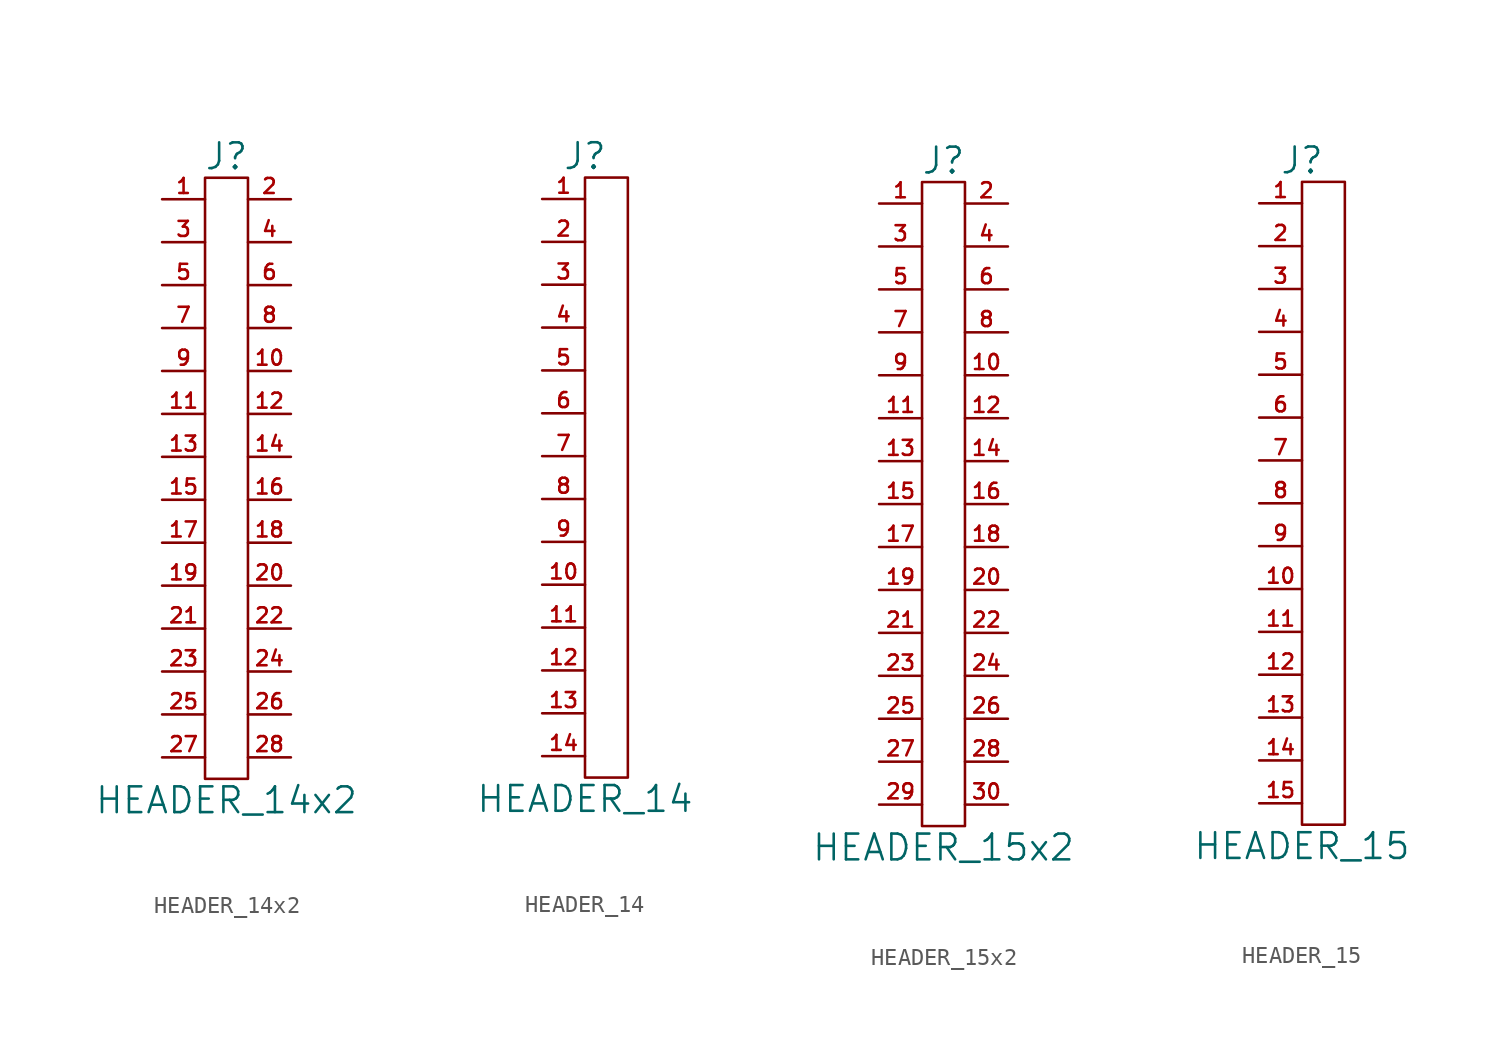
<source format=kicad_sym>
(kicad_symbol_lib
  (version 20220914)
  (generator kicad_symbol_editor)
  (symbol "HEADER_14x2"
    (pin_names
      (offset 0))
    (property "Reference" "J"
      (at 0 19.05 0)
      (effects (font (size 1.524 1.524))))
    (property "Value" "HEADER_14x2"
      (at 0 -19.05 0)
      (effects (font (size 1.524 1.524))))
    (property "Footprint" ""
      (at 0 -1.27 0)
      (effects (font (size 1.524 1.524))))
    (property "Datasheet" ""
      (at 0 0 0)
      (effects (font (size 1.524 1.524))))
    (symbol "HEADER_14x2_0_1"
      (rectangle (start -1.27 17.78) (end 1.27 -17.78) (stroke (width 0) (type solid)) (fill (type none))))
    (symbol "HEADER_14x2_1_1"
      (pin passive line (at -3.81 16.51 0) (length 2.54) (name "~" (effects (font (size 0.889 0.889)))) (number "1" (effects (font (size 0.889 0.889)))))
      (pin passive line (at 3.81 6.35 180) (length 2.54) (name "~" (effects (font (size 1.27 1.27)))) (number "10" (effects (font (size 0.889 0.889)))))
      (pin passive line (at -3.81 3.81 0) (length 2.54) (name "~" (effects (font (size 1.27 1.27)))) (number "11" (effects (font (size 0.889 0.889)))))
      (pin passive line (at 3.81 3.81 180) (length 2.54) (name "~" (effects (font (size 1.27 1.27)))) (number "12" (effects (font (size 0.889 0.889)))))
      (pin passive line (at -3.81 1.27 0) (length 2.54) (name "~" (effects (font (size 1.27 1.27)))) (number "13" (effects (font (size 0.889 0.889)))))
      (pin passive line (at 3.81 1.27 180) (length 2.54) (name "~" (effects (font (size 1.27 1.27)))) (number "14" (effects (font (size 0.889 0.889)))))
      (pin passive line (at -3.81 -1.27 0) (length 2.54) (name "~" (effects (font (size 1.27 1.27)))) (number "15" (effects (font (size 0.889 0.889)))))
      (pin passive line (at 3.81 -1.27 180) (length 2.54) (name "~" (effects (font (size 1.27 1.27)))) (number "16" (effects (font (size 0.889 0.889)))))
      (pin passive line (at -3.81 -3.81 0) (length 2.54) (name "~" (effects (font (size 1.27 1.27)))) (number "17" (effects (font (size 0.889 0.889)))))
      (pin passive line (at 3.81 -3.81 180) (length 2.54) (name "~" (effects (font (size 1.27 1.27)))) (number "18" (effects (font (size 0.889 0.889)))))
      (pin passive line (at -3.81 -6.35 0) (length 2.54) (name "~" (effects (font (size 1.27 1.27)))) (number "19" (effects (font (size 0.889 0.889)))))
      (pin passive line (at 3.81 16.51 180) (length 2.54) (name "~" (effects (font (size 1.27 1.27)))) (number "2" (effects (font (size 0.889 0.889)))))
      (pin passive line (at 3.81 -6.35 180) (length 2.54) (name "~" (effects (font (size 1.27 1.27)))) (number "20" (effects (font (size 0.889 0.889)))))
      (pin passive line (at -3.81 -8.89 0) (length 2.54) (name "~" (effects (font (size 1.27 1.27)))) (number "21" (effects (font (size 0.889 0.889)))))
      (pin passive line (at 3.81 -8.89 180) (length 2.54) (name "~" (effects (font (size 1.27 1.27)))) (number "22" (effects (font (size 0.889 0.889)))))
      (pin passive line (at -3.81 -11.43 0) (length 2.54) (name "~" (effects (font (size 1.27 1.27)))) (number "23" (effects (font (size 0.889 0.889)))))
      (pin passive line (at 3.81 -11.43 180) (length 2.54) (name "~" (effects (font (size 1.27 1.27)))) (number "24" (effects (font (size 0.889 0.889)))))
      (pin passive line (at -3.81 -13.97 0) (length 2.54) (name "~" (effects (font (size 1.27 1.27)))) (number "25" (effects (font (size 0.889 0.889)))))
      (pin passive line (at 3.81 -13.97 180) (length 2.54) (name "~" (effects (font (size 1.27 1.27)))) (number "26" (effects (font (size 0.889 0.889)))))
      (pin passive line (at -3.81 -16.51 0) (length 2.54) (name "~" (effects (font (size 1.27 1.27)))) (number "27" (effects (font (size 0.889 0.889)))))
      (pin passive line (at 3.81 -16.51 180) (length 2.54) (name "~" (effects (font (size 1.27 1.27)))) (number "28" (effects (font (size 0.889 0.889)))))
      (pin passive line (at -3.81 13.97 0) (length 2.54) (name "~" (effects (font (size 1.27 1.27)))) (number "3" (effects (font (size 0.889 0.889)))))
      (pin passive line (at 3.81 13.97 180) (length 2.54) (name "~" (effects (font (size 1.27 1.27)))) (number "4" (effects (font (size 0.889 0.889)))))
      (pin passive line (at -3.81 11.43 0) (length 2.54) (name "~" (effects (font (size 1.27 1.27)))) (number "5" (effects (font (size 0.889 0.889)))))
      (pin passive line (at 3.81 11.43 180) (length 2.54) (name "~" (effects (font (size 1.27 1.27)))) (number "6" (effects (font (size 0.889 0.889)))))
      (pin passive line (at -3.81 8.89 0) (length 2.54) (name "~" (effects (font (size 1.27 1.27)))) (number "7" (effects (font (size 0.889 0.889)))))
      (pin passive line (at 3.81 8.89 180) (length 2.54) (name "~" (effects (font (size 1.27 1.27)))) (number "8" (effects (font (size 0.889 0.889)))))
      (pin passive line (at -3.81 6.35 0) (length 2.54) (name "~" (effects (font (size 1.27 1.27)))) (number "9" (effects (font (size 0.889 0.889)))))))
  (symbol "HEADER_14"
    (pin_names
      (offset 0))
    (property "Reference" "J"
      (at 0 19.05 0)
      (effects (font (size 1.524 1.524))))
    (property "Value" "HEADER_14"
      (at 0 -19.05 0)
      (effects (font (size 1.524 1.524))))
    (property "Footprint" ""
      (at 0 0 0)
      (effects (font (size 1.524 1.524))))
    (property "Datasheet" ""
      (at 0 0 0)
      (effects (font (size 1.524 1.524))))
    (symbol "HEADER_14_0_1"
      (rectangle (start 2.54 17.78) (end 0 -17.78) (stroke (width 0) (type solid)) (fill (type none))))
    (symbol "HEADER_14_1_1"
      (pin passive line (at -2.54 16.51 0) (length 2.54) (name "~" (effects (font (size 1.27 1.27)))) (number "1" (effects (font (size 0.889 0.889)))))
      (pin passive line (at -2.54 -6.35 0) (length 2.54) (name "~" (effects (font (size 1.27 1.27)))) (number "10" (effects (font (size 0.889 0.889)))))
      (pin passive line (at -2.54 -8.89 0) (length 2.54) (name "~" (effects (font (size 1.27 1.27)))) (number "11" (effects (font (size 0.889 0.889)))))
      (pin passive line (at -2.54 -11.43 0) (length 2.54) (name "~" (effects (font (size 1.27 1.27)))) (number "12" (effects (font (size 0.889 0.889)))))
      (pin passive line (at -2.54 -13.97 0) (length 2.54) (name "~" (effects (font (size 1.27 1.27)))) (number "13" (effects (font (size 0.889 0.889)))))
      (pin passive line (at -2.54 -16.51 0) (length 2.54) (name "~" (effects (font (size 1.27 1.27)))) (number "14" (effects (font (size 0.889 0.889)))))
      (pin passive line (at -2.54 13.97 0) (length 2.54) (name "~" (effects (font (size 1.27 1.27)))) (number "2" (effects (font (size 0.889 0.889)))))
      (pin passive line (at -2.54 11.43 0) (length 2.54) (name "~" (effects (font (size 1.27 1.27)))) (number "3" (effects (font (size 0.889 0.889)))))
      (pin passive line (at -2.54 8.89 0) (length 2.54) (name "~" (effects (font (size 1.27 1.27)))) (number "4" (effects (font (size 0.889 0.889)))))
      (pin passive line (at -2.54 6.35 0) (length 2.54) (name "~" (effects (font (size 1.27 1.27)))) (number "5" (effects (font (size 0.889 0.889)))))
      (pin passive line (at -2.54 3.81 0) (length 2.54) (name "~" (effects (font (size 1.27 1.27)))) (number "6" (effects (font (size 0.889 0.889)))))
      (pin passive line (at -2.54 1.27 0) (length 2.54) (name "~" (effects (font (size 1.27 1.27)))) (number "7" (effects (font (size 0.889 0.889)))))
      (pin passive line (at -2.54 -1.27 0) (length 2.54) (name "~" (effects (font (size 1.27 1.27)))) (number "8" (effects (font (size 0.889 0.889)))))
      (pin passive line (at -2.54 -3.81 0) (length 2.54) (name "~" (effects (font (size 1.27 1.27)))) (number "9" (effects (font (size 0.889 0.889)))))))
  (symbol "HEADER_15x2"
    (pin_names
      (offset 0))
    (property "Reference" "J"
      (at 0 20.32 0)
      (effects (font (size 1.524 1.524))))
    (property "Value" "HEADER_15x2"
      (at 0 -20.32 0)
      (effects (font (size 1.524 1.524))))
    (property "Footprint" ""
      (at 0 0 0)
      (effects (font (size 1.524 1.524))))
    (property "Datasheet" ""
      (at 0 0 0)
      (effects (font (size 1.524 1.524))))
    (symbol "HEADER_15x2_0_1"
      (rectangle (start -1.27 19.05) (end 1.27 -19.05) (stroke (width 0) (type solid)) (fill (type none))))
    (symbol "HEADER_15x2_1_1"
      (pin passive line (at -3.81 17.78 0) (length 2.54) (name "~" (effects (font (size 0.889 0.889)))) (number "1" (effects (font (size 0.889 0.889)))))
      (pin passive line (at 3.81 7.62 180) (length 2.54) (name "~" (effects (font (size 1.27 1.27)))) (number "10" (effects (font (size 0.889 0.889)))))
      (pin passive line (at -3.81 5.08 0) (length 2.54) (name "~" (effects (font (size 1.27 1.27)))) (number "11" (effects (font (size 0.889 0.889)))))
      (pin passive line (at 3.81 5.08 180) (length 2.54) (name "~" (effects (font (size 1.27 1.27)))) (number "12" (effects (font (size 0.889 0.889)))))
      (pin passive line (at -3.81 2.54 0) (length 2.54) (name "~" (effects (font (size 1.27 1.27)))) (number "13" (effects (font (size 0.889 0.889)))))
      (pin passive line (at 3.81 2.54 180) (length 2.54) (name "~" (effects (font (size 1.27 1.27)))) (number "14" (effects (font (size 0.889 0.889)))))
      (pin passive line (at -3.81 0 0) (length 2.54) (name "~" (effects (font (size 1.27 1.27)))) (number "15" (effects (font (size 0.889 0.889)))))
      (pin passive line (at 3.81 0 180) (length 2.54) (name "~" (effects (font (size 1.27 1.27)))) (number "16" (effects (font (size 0.889 0.889)))))
      (pin passive line (at -3.81 -2.54 0) (length 2.54) (name "~" (effects (font (size 1.27 1.27)))) (number "17" (effects (font (size 0.889 0.889)))))
      (pin passive line (at 3.81 -2.54 180) (length 2.54) (name "~" (effects (font (size 1.27 1.27)))) (number "18" (effects (font (size 0.889 0.889)))))
      (pin passive line (at -3.81 -5.08 0) (length 2.54) (name "~" (effects (font (size 1.27 1.27)))) (number "19" (effects (font (size 0.889 0.889)))))
      (pin passive line (at 3.81 17.78 180) (length 2.54) (name "~" (effects (font (size 1.27 1.27)))) (number "2" (effects (font (size 0.889 0.889)))))
      (pin passive line (at 3.81 -5.08 180) (length 2.54) (name "~" (effects (font (size 1.27 1.27)))) (number "20" (effects (font (size 0.889 0.889)))))
      (pin passive line (at -3.81 -7.62 0) (length 2.54) (name "~" (effects (font (size 1.27 1.27)))) (number "21" (effects (font (size 0.889 0.889)))))
      (pin passive line (at 3.81 -7.62 180) (length 2.54) (name "~" (effects (font (size 1.27 1.27)))) (number "22" (effects (font (size 0.889 0.889)))))
      (pin passive line (at -3.81 -10.16 0) (length 2.54) (name "~" (effects (font (size 1.27 1.27)))) (number "23" (effects (font (size 0.889 0.889)))))
      (pin passive line (at 3.81 -10.16 180) (length 2.54) (name "~" (effects (font (size 1.27 1.27)))) (number "24" (effects (font (size 0.889 0.889)))))
      (pin passive line (at -3.81 -12.7 0) (length 2.54) (name "~" (effects (font (size 1.27 1.27)))) (number "25" (effects (font (size 0.889 0.889)))))
      (pin passive line (at 3.81 -12.7 180) (length 2.54) (name "~" (effects (font (size 1.27 1.27)))) (number "26" (effects (font (size 0.889 0.889)))))
      (pin passive line (at -3.81 -15.24 0) (length 2.54) (name "~" (effects (font (size 1.27 1.27)))) (number "27" (effects (font (size 0.889 0.889)))))
      (pin passive line (at 3.81 -15.24 180) (length 2.54) (name "~" (effects (font (size 1.27 1.27)))) (number "28" (effects (font (size 0.889 0.889)))))
      (pin passive line (at -3.81 -17.78 0) (length 2.54) (name "~" (effects (font (size 1.27 1.27)))) (number "29" (effects (font (size 0.889 0.889)))))
      (pin passive line (at -3.81 15.24 0) (length 2.54) (name "~" (effects (font (size 1.27 1.27)))) (number "3" (effects (font (size 0.889 0.889)))))
      (pin passive line (at 3.81 -17.78 180) (length 2.54) (name "~" (effects (font (size 1.27 1.27)))) (number "30" (effects (font (size 0.889 0.889)))))
      (pin passive line (at 3.81 15.24 180) (length 2.54) (name "~" (effects (font (size 1.27 1.27)))) (number "4" (effects (font (size 0.889 0.889)))))
      (pin passive line (at -3.81 12.7 0) (length 2.54) (name "~" (effects (font (size 1.27 1.27)))) (number "5" (effects (font (size 0.889 0.889)))))
      (pin passive line (at 3.81 12.7 180) (length 2.54) (name "~" (effects (font (size 1.27 1.27)))) (number "6" (effects (font (size 0.889 0.889)))))
      (pin passive line (at -3.81 10.16 0) (length 2.54) (name "~" (effects (font (size 1.27 1.27)))) (number "7" (effects (font (size 0.889 0.889)))))
      (pin passive line (at 3.81 10.16 180) (length 2.54) (name "~" (effects (font (size 1.27 1.27)))) (number "8" (effects (font (size 0.889 0.889)))))
      (pin passive line (at -3.81 7.62 0) (length 2.54) (name "~" (effects (font (size 1.27 1.27)))) (number "9" (effects (font (size 0.889 0.889)))))))
  (symbol "HEADER_15"
    (pin_names
      (offset 0))
    (property "Reference" "J"
      (at 0 20.32 0)
      (effects (font (size 1.524 1.524))))
    (property "Value" "HEADER_15"
      (at 0 -20.32 0)
      (effects (font (size 1.524 1.524))))
    (property "Footprint" ""
      (at 0 0 0)
      (effects (font (size 1.524 1.524))))
    (property "Datasheet" ""
      (at 0 0 0)
      (effects (font (size 1.524 1.524))))
    (symbol "HEADER_15_0_1"
      (rectangle (start 2.54 19.05) (end 0 -19.05) (stroke (width 0) (type solid)) (fill (type none))))
    (symbol "HEADER_15_1_1"
      (pin passive line (at -2.54 17.78 0) (length 2.54) (name "~" (effects (font (size 1.27 1.27)))) (number "1" (effects (font (size 0.889 0.889)))))
      (pin passive line (at -2.54 -5.08 0) (length 2.54) (name "~" (effects (font (size 1.27 1.27)))) (number "10" (effects (font (size 0.889 0.889)))))
      (pin passive line (at -2.54 -7.62 0) (length 2.54) (name "~" (effects (font (size 1.27 1.27)))) (number "11" (effects (font (size 0.889 0.889)))))
      (pin passive line (at -2.54 -10.16 0) (length 2.54) (name "~" (effects (font (size 1.27 1.27)))) (number "12" (effects (font (size 0.889 0.889)))))
      (pin passive line (at -2.54 -12.7 0) (length 2.54) (name "~" (effects (font (size 1.27 1.27)))) (number "13" (effects (font (size 0.889 0.889)))))
      (pin passive line (at -2.54 -15.24 0) (length 2.54) (name "~" (effects (font (size 1.27 1.27)))) (number "14" (effects (font (size 0.889 0.889)))))
      (pin passive line (at -2.54 -17.78 0) (length 2.54) (name "~" (effects (font (size 1.27 1.27)))) (number "15" (effects (font (size 0.889 0.889)))))
      (pin passive line (at -2.54 15.24 0) (length 2.54) (name "~" (effects (font (size 1.27 1.27)))) (number "2" (effects (font (size 0.889 0.889)))))
      (pin passive line (at -2.54 12.7 0) (length 2.54) (name "~" (effects (font (size 1.27 1.27)))) (number "3" (effects (font (size 0.889 0.889)))))
      (pin passive line (at -2.54 10.16 0) (length 2.54) (name "~" (effects (font (size 1.27 1.27)))) (number "4" (effects (font (size 0.889 0.889)))))
      (pin passive line (at -2.54 7.62 0) (length 2.54) (name "~" (effects (font (size 1.27 1.27)))) (number "5" (effects (font (size 0.889 0.889)))))
      (pin passive line (at -2.54 5.08 0) (length 2.54) (name "~" (effects (font (size 1.27 1.27)))) (number "6" (effects (font (size 0.889 0.889)))))
      (pin passive line (at -2.54 2.54 0) (length 2.54) (name "~" (effects (font (size 1.27 1.27)))) (number "7" (effects (font (size 0.889 0.889)))))
      (pin passive line (at -2.54 0 0) (length 2.54) (name "~" (effects (font (size 1.27 1.27)))) (number "8" (effects (font (size 0.889 0.889)))))
      (pin passive line (at -2.54 -2.54 0) (length 2.54) (name "~" (effects (font (size 1.27 1.27)))) (number "9" (effects (font (size 0.889 0.889))))))))
</source>
